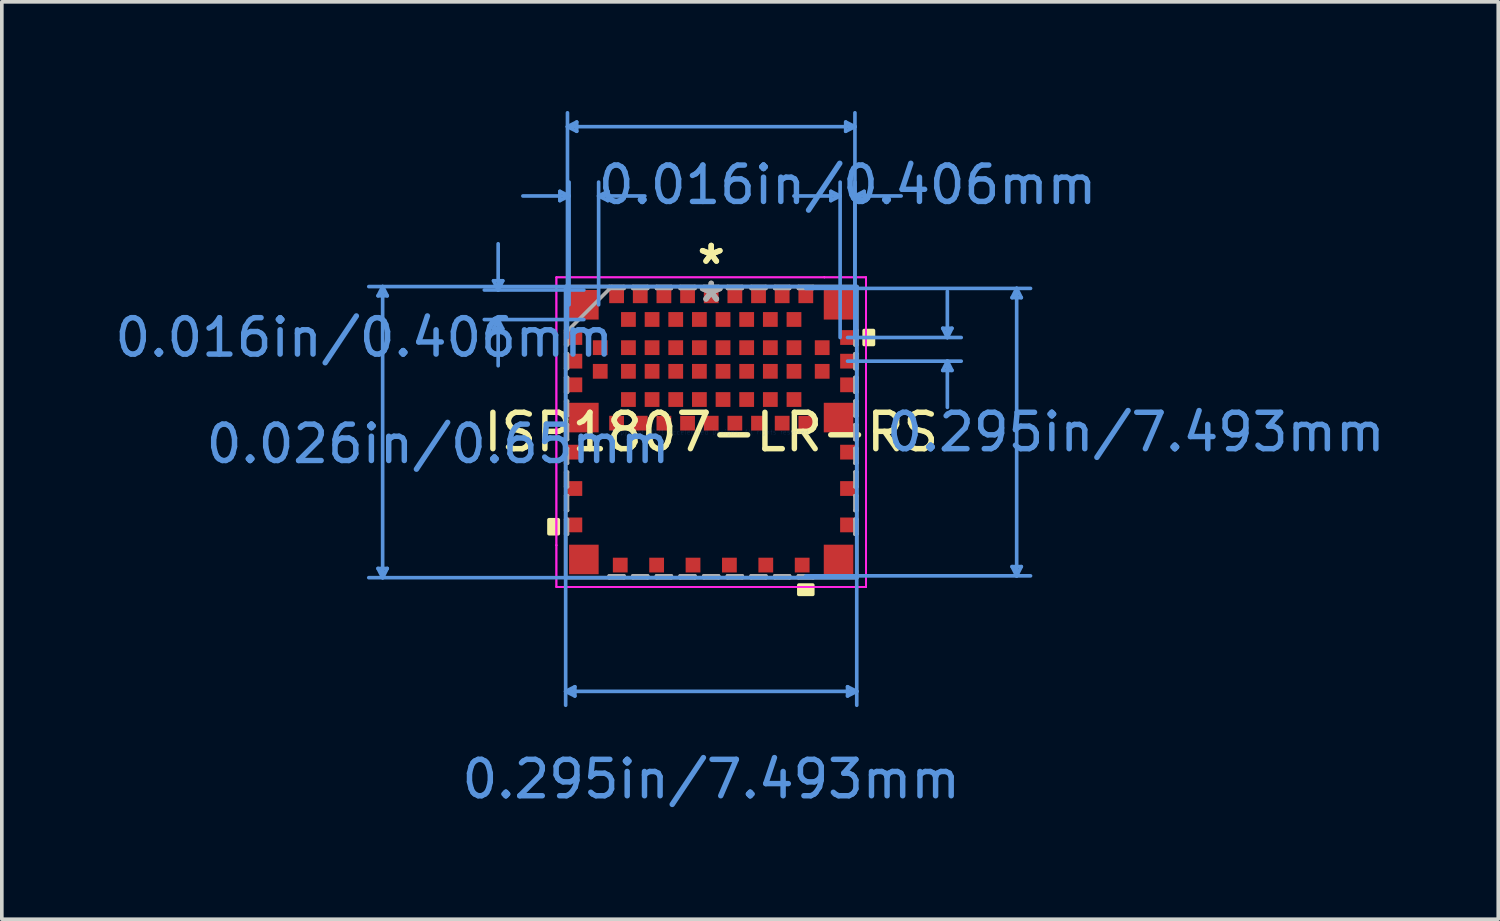
<source format=kicad_pcb>
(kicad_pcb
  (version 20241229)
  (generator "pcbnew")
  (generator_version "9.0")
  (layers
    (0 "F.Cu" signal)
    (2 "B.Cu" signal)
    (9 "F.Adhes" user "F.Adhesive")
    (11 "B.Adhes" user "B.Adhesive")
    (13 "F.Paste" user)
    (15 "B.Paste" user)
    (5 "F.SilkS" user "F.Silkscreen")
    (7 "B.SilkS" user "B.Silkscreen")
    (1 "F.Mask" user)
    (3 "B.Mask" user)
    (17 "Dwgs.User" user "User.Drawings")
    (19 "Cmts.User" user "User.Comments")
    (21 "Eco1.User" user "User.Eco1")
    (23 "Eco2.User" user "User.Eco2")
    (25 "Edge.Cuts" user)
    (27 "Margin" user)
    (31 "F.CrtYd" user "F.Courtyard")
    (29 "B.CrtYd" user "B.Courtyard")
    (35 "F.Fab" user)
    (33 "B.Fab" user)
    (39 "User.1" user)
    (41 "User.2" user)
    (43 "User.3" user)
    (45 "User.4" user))
  (footprint "ISP1807-LR-RS"
    (layer "F.Cu")
    (at 16.496 8.826)
    (property "Reference" "ISP1807-LR-RS" (at 0 0 0) (layer "F.SilkS") (effects (font (size 1 1) (thickness 0.15))))
    (attr through_hole)
    (fp_poly (pts (xy -4.458 2.409) (xy -4.458 2.791) (xy -4.204 2.791) (xy -4.204 2.409)) (stroke (width 0.1) (type solid)) (fill yes) (layer "F.SilkS"))
    (fp_poly (pts (xy 2.409 4.204) (xy 2.409 4.458) (xy 2.791 4.458) (xy 2.791 4.204)) (stroke (width 0.1) (type solid)) (fill yes) (layer "F.SilkS"))
    (fp_poly (pts (xy 4.458 -2.791) (xy 4.458 -2.409) (xy 4.204 -2.409) (xy 4.204 -2.791)) (stroke (width 0.1) (type solid)) (fill yes) (layer "F.SilkS"))
    (fp_line (start -9.157 -3.747) (end -8.903 -3.747) (stroke (width 0.1) (type solid)) (layer "Cmts.User"))
    (fp_line (start -9.157 3.747) (end -8.903 3.747) (stroke (width 0.1) (type solid)) (layer "Cmts.User"))
    (fp_line (start -9.03 -4) (end -9.157 -3.747) (stroke (width 0.1) (type solid)) (layer "Cmts.User"))
    (fp_line (start -9.03 -4) (end -9.03 4) (stroke (width 0.1) (type solid)) (layer "Cmts.User"))
    (fp_line (start -9.03 -4) (end -8.903 -3.747) (stroke (width 0.1) (type solid)) (layer "Cmts.User"))
    (fp_line (start -9.03 4) (end -9.157 3.747) (stroke (width 0.1) (type solid)) (layer "Cmts.User"))
    (fp_line (start -9.03 4) (end -8.903 3.747) (stroke (width 0.1) (type solid)) (layer "Cmts.User"))
    (fp_line (start -5.982 -4.16) (end -5.728 -4.16) (stroke (width 0.1) (type solid)) (layer "Cmts.User"))
    (fp_line (start -5.982 -2.84) (end -5.728 -2.84) (stroke (width 0.1) (type solid)) (layer "Cmts.User"))
    (fp_line (start -5.855 -3.906) (end -5.982 -4.16) (stroke (width 0.1) (type solid)) (layer "Cmts.User"))
    (fp_line (start -5.855 -3.906) (end -5.855 -5.176) (stroke (width 0.1) (type solid)) (layer "Cmts.User"))
    (fp_line (start -5.855 -3.906) (end -5.728 -4.16) (stroke (width 0.1) (type solid)) (layer "Cmts.User"))
    (fp_line (start -5.855 -3.094) (end -5.982 -2.84) (stroke (width 0.1) (type solid)) (layer "Cmts.User"))
    (fp_line (start -5.855 -3.094) (end -5.855 -1.824) (stroke (width 0.1) (type solid)) (layer "Cmts.User"))
    (fp_line (start -5.855 -3.094) (end -5.728 -2.84) (stroke (width 0.1) (type solid)) (layer "Cmts.User"))
    (fp_line (start -4.16 -6.617) (end -4.16 -6.363) (stroke (width 0.1) (type solid)) (layer "Cmts.User"))
    (fp_line (start -4 -4) (end -4 7.506) (stroke (width 0.1) (type solid)) (layer "Cmts.User"))
    (fp_line (start -4 7.125) (end -3.747 6.998) (stroke (width 0.1) (type solid)) (layer "Cmts.User"))
    (fp_line (start -4 7.125) (end -3.747 7.252) (stroke (width 0.1) (type solid)) (layer "Cmts.User"))
    (fp_line (start -4 7.125) (end 4 7.125) (stroke (width 0.1) (type solid)) (layer "Cmts.User"))
    (fp_line (start -3.95 -8.395) (end -3.696 -8.522) (stroke (width 0.1) (type solid)) (layer "Cmts.User"))
    (fp_line (start -3.95 -8.395) (end -3.696 -8.268) (stroke (width 0.1) (type solid)) (layer "Cmts.User"))
    (fp_line (start -3.95 -8.395) (end 3.95 -8.395) (stroke (width 0.1) (type solid)) (layer "Cmts.User"))
    (fp_line (start -3.95 -2.6) (end -3.95 -8.776) (stroke (width 0.1) (type solid)) (layer "Cmts.User"))
    (fp_line (start -3.906 -6.49) (end -5.176 -6.49) (stroke (width 0.1) (type solid)) (layer "Cmts.User"))
    (fp_line (start -3.906 -6.49) (end -4.16 -6.617) (stroke (width 0.1) (type solid)) (layer "Cmts.User"))
    (fp_line (start -3.906 -6.49) (end -4.16 -6.363) (stroke (width 0.1) (type solid)) (layer "Cmts.User"))
    (fp_line (start -3.906 -3.5) (end -3.906 -6.871) (stroke (width 0.1) (type solid)) (layer "Cmts.User"))
    (fp_line (start -3.747 6.998) (end -3.747 7.252) (stroke (width 0.1) (type solid)) (layer "Cmts.User"))
    (fp_line (start -3.696 -8.522) (end -3.696 -8.268) (stroke (width 0.1) (type solid)) (layer "Cmts.User"))
    (fp_line (start -3.5 -3.906) (end -6.236 -3.906) (stroke (width 0.1) (type solid)) (layer "Cmts.User"))
    (fp_line (start -3.5 -3.094) (end -6.236 -3.094) (stroke (width 0.1) (type solid)) (layer "Cmts.User"))
    (fp_line (start -3.094 -6.49) (end -2.84 -6.617) (stroke (width 0.1) (type solid)) (layer "Cmts.User"))
    (fp_line (start -3.094 -6.49) (end -2.84 -6.363) (stroke (width 0.1) (type solid)) (layer "Cmts.User"))
    (fp_line (start -3.094 -6.49) (end -1.824 -6.49) (stroke (width 0.1) (type solid)) (layer "Cmts.User"))
    (fp_line (start -3.094 -3.5) (end -3.094 -6.871) (stroke (width 0.1) (type solid)) (layer "Cmts.User"))
    (fp_line (start -2.84 -6.617) (end -2.84 -6.363) (stroke (width 0.1) (type solid)) (layer "Cmts.User"))
    (fp_line (start 2.6 -3.95) (end 8.776 -3.95) (stroke (width 0.1) (type solid)) (layer "Cmts.User"))
    (fp_line (start 2.6 3.95) (end 8.776 3.95) (stroke (width 0.1) (type solid)) (layer "Cmts.User"))
    (fp_line (start 3.289 -6.617) (end 3.289 -6.363) (stroke (width 0.1) (type solid)) (layer "Cmts.User"))
    (fp_line (start 3.543 -6.49) (end 2.273 -6.49) (stroke (width 0.1) (type solid)) (layer "Cmts.User"))
    (fp_line (start 3.543 -6.49) (end 3.289 -6.617) (stroke (width 0.1) (type solid)) (layer "Cmts.User"))
    (fp_line (start 3.543 -6.49) (end 3.289 -6.363) (stroke (width 0.1) (type solid)) (layer "Cmts.User"))
    (fp_line (start 3.543 -2.6) (end 3.543 -6.871) (stroke (width 0.1) (type solid)) (layer "Cmts.User"))
    (fp_line (start 3.696 -8.522) (end 3.696 -8.268) (stroke (width 0.1) (type solid)) (layer "Cmts.User"))
    (fp_line (start 3.747 -2.6) (end 6.871 -2.6) (stroke (width 0.1) (type solid)) (layer "Cmts.User"))
    (fp_line (start 3.747 -1.95) (end 6.871 -1.95) (stroke (width 0.1) (type solid)) (layer "Cmts.User"))
    (fp_line (start 3.747 6.998) (end 3.747 7.252) (stroke (width 0.1) (type solid)) (layer "Cmts.User"))
    (fp_line (start 3.95 -8.395) (end 3.696 -8.522) (stroke (width 0.1) (type solid)) (layer "Cmts.User"))
    (fp_line (start 3.95 -8.395) (end 3.696 -8.268) (stroke (width 0.1) (type solid)) (layer "Cmts.User"))
    (fp_line (start 3.95 -6.49) (end 4.204 -6.617) (stroke (width 0.1) (type solid)) (layer "Cmts.User"))
    (fp_line (start 3.95 -6.49) (end 4.204 -6.363) (stroke (width 0.1) (type solid)) (layer "Cmts.User"))
    (fp_line (start 3.95 -6.49) (end 5.22 -6.49) (stroke (width 0.1) (type solid)) (layer "Cmts.User"))
    (fp_line (start 3.95 -2.6) (end 3.95 -8.776) (stroke (width 0.1) (type solid)) (layer "Cmts.User"))
    (fp_line (start 3.95 -2.6) (end 3.95 -6.871) (stroke (width 0.1) (type solid)) (layer "Cmts.User"))
    (fp_line (start 4 -4) (end -9.411 -4) (stroke (width 0.1) (type solid)) (layer "Cmts.User"))
    (fp_line (start 4 -4) (end 4 7.506) (stroke (width 0.1) (type solid)) (layer "Cmts.User"))
    (fp_line (start 4 4) (end -9.411 4) (stroke (width 0.1) (type solid)) (layer "Cmts.User"))
    (fp_line (start 4 7.125) (end 3.747 6.998) (stroke (width 0.1) (type solid)) (layer "Cmts.User"))
    (fp_line (start 4 7.125) (end 3.747 7.252) (stroke (width 0.1) (type solid)) (layer "Cmts.User"))
    (fp_line (start 4.204 -6.617) (end 4.204 -6.363) (stroke (width 0.1) (type solid)) (layer "Cmts.User"))
    (fp_line (start 6.363 -2.854) (end 6.617 -2.854) (stroke (width 0.1) (type solid)) (layer "Cmts.User"))
    (fp_line (start 6.363 -1.696) (end 6.617 -1.696) (stroke (width 0.1) (type solid)) (layer "Cmts.User"))
    (fp_line (start 6.49 -2.6) (end 6.363 -2.854) (stroke (width 0.1) (type solid)) (layer "Cmts.User"))
    (fp_line (start 6.49 -2.6) (end 6.49 -3.87) (stroke (width 0.1) (type solid)) (layer "Cmts.User"))
    (fp_line (start 6.49 -2.6) (end 6.617 -2.854) (stroke (width 0.1) (type solid)) (layer "Cmts.User"))
    (fp_line (start 6.49 -1.95) (end 6.363 -1.696) (stroke (width 0.1) (type solid)) (layer "Cmts.User"))
    (fp_line (start 6.49 -1.95) (end 6.49 -0.68) (stroke (width 0.1) (type solid)) (layer "Cmts.User"))
    (fp_line (start 6.49 -1.95) (end 6.617 -1.696) (stroke (width 0.1) (type solid)) (layer "Cmts.User"))
    (fp_line (start 8.268 -3.696) (end 8.522 -3.696) (stroke (width 0.1) (type solid)) (layer "Cmts.User"))
    (fp_line (start 8.268 3.696) (end 8.522 3.696) (stroke (width 0.1) (type solid)) (layer "Cmts.User"))
    (fp_line (start 8.395 -3.95) (end 8.268 -3.696) (stroke (width 0.1) (type solid)) (layer "Cmts.User"))
    (fp_line (start 8.395 -3.95) (end 8.395 3.95) (stroke (width 0.1) (type solid)) (layer "Cmts.User"))
    (fp_line (start 8.395 -3.95) (end 8.522 -3.696) (stroke (width 0.1) (type solid)) (layer "Cmts.User"))
    (fp_line (start 8.395 3.95) (end 8.268 3.696) (stroke (width 0.1) (type solid)) (layer "Cmts.User"))
    (fp_line (start 8.395 3.95) (end 8.522 3.696) (stroke (width 0.1) (type solid)) (layer "Cmts.User"))
    (fp_line (start -4.255 -4.255) (end -3.108 -4.255) (stroke (width 0.05) (type solid)) (layer "F.CrtYd"))
    (fp_line (start -4.255 -4.255) (end -3.108 -4.255) (stroke (width 0.05) (type solid)) (layer "F.CrtYd"))
    (fp_line (start -4.255 -3.108) (end -4.255 -4.255) (stroke (width 0.05) (type solid)) (layer "F.CrtYd"))
    (fp_line (start -4.255 -3.108) (end -4.255 -4.255) (stroke (width 0.05) (type solid)) (layer "F.CrtYd"))
    (fp_line (start -4.255 -3.108) (end -4.255 -3.108) (stroke (width 0.05) (type solid)) (layer "F.CrtYd"))
    (fp_line (start -4.255 -3.108) (end -4.255 -3.108) (stroke (width 0.05) (type solid)) (layer "F.CrtYd"))
    (fp_line (start -4.255 3.108) (end -4.255 -3.108) (stroke (width 0.05) (type solid)) (layer "F.CrtYd"))
    (fp_line (start -4.255 3.108) (end -4.255 -3.108) (stroke (width 0.05) (type solid)) (layer "F.CrtYd"))
    (fp_line (start -4.255 3.108) (end -4.255 3.108) (stroke (width 0.05) (type solid)) (layer "F.CrtYd"))
    (fp_line (start -4.255 3.108) (end -4.255 3.108) (stroke (width 0.05) (type solid)) (layer "F.CrtYd"))
    (fp_line (start -4.255 4.255) (end -4.255 3.108) (stroke (width 0.05) (type solid)) (layer "F.CrtYd"))
    (fp_line (start -4.255 4.255) (end -4.255 3.108) (stroke (width 0.05) (type solid)) (layer "F.CrtYd"))
    (fp_line (start -3.108 -4.255) (end -3.108 -4.255) (stroke (width 0.05) (type solid)) (layer "F.CrtYd"))
    (fp_line (start -3.108 -4.255) (end -3.108 -4.255) (stroke (width 0.05) (type solid)) (layer "F.CrtYd"))
    (fp_line (start -3.108 -4.255) (end 3.108 -4.255) (stroke (width 0.05) (type solid)) (layer "F.CrtYd"))
    (fp_line (start -3.108 -4.255) (end 3.108 -4.255) (stroke (width 0.05) (type solid)) (layer "F.CrtYd"))
    (fp_line (start -3.108 4.255) (end -4.255 4.255) (stroke (width 0.05) (type solid)) (layer "F.CrtYd"))
    (fp_line (start -3.108 4.255) (end -4.255 4.255) (stroke (width 0.05) (type solid)) (layer "F.CrtYd"))
    (fp_line (start -3.108 4.255) (end -3.108 4.255) (stroke (width 0.05) (type solid)) (layer "F.CrtYd"))
    (fp_line (start -3.108 4.255) (end -3.108 4.255) (stroke (width 0.05) (type solid)) (layer "F.CrtYd"))
    (fp_line (start 3.108 -4.255) (end 3.108 -4.255) (stroke (width 0.05) (type solid)) (layer "F.CrtYd"))
    (fp_line (start 3.108 -4.255) (end 3.108 -4.255) (stroke (width 0.05) (type solid)) (layer "F.CrtYd"))
    (fp_line (start 3.108 -4.255) (end 4.255 -4.255) (stroke (width 0.05) (type solid)) (layer "F.CrtYd"))
    (fp_line (start 3.108 -4.255) (end 4.255 -4.255) (stroke (width 0.05) (type solid)) (layer "F.CrtYd"))
    (fp_line (start 3.108 4.255) (end -3.108 4.255) (stroke (width 0.05) (type solid)) (layer "F.CrtYd"))
    (fp_line (start 3.108 4.255) (end -3.108 4.255) (stroke (width 0.05) (type solid)) (layer "F.CrtYd"))
    (fp_line (start 3.108 4.255) (end 3.108 4.255) (stroke (width 0.05) (type solid)) (layer "F.CrtYd"))
    (fp_line (start 3.108 4.255) (end 3.108 4.255) (stroke (width 0.05) (type solid)) (layer "F.CrtYd"))
    (fp_line (start 4.255 -4.255) (end 4.255 -3.108) (stroke (width 0.05) (type solid)) (layer "F.CrtYd"))
    (fp_line (start 4.255 -4.255) (end 4.255 -3.108) (stroke (width 0.05) (type solid)) (layer "F.CrtYd"))
    (fp_line (start 4.255 -3.108) (end 4.255 -3.108) (stroke (width 0.05) (type solid)) (layer "F.CrtYd"))
    (fp_line (start 4.255 -3.108) (end 4.255 -3.108) (stroke (width 0.05) (type solid)) (layer "F.CrtYd"))
    (fp_line (start 4.255 -3.108) (end 4.255 3.108) (stroke (width 0.05) (type solid)) (layer "F.CrtYd"))
    (fp_line (start 4.255 -3.108) (end 4.255 3.108) (stroke (width 0.05) (type solid)) (layer "F.CrtYd"))
    (fp_line (start 4.255 3.108) (end 4.255 3.108) (stroke (width 0.05) (type solid)) (layer "F.CrtYd"))
    (fp_line (start 4.255 3.108) (end 4.255 3.108) (stroke (width 0.05) (type solid)) (layer "F.CrtYd"))
    (fp_line (start 4.255 3.108) (end 4.255 4.255) (stroke (width 0.05) (type solid)) (layer "F.CrtYd"))
    (fp_line (start 4.255 3.108) (end 4.255 4.255) (stroke (width 0.05) (type solid)) (layer "F.CrtYd"))
    (fp_line (start 4.255 4.255) (end 3.108 4.255) (stroke (width 0.05) (type solid)) (layer "F.CrtYd"))
    (fp_line (start 4.255 4.255) (end 3.108 4.255) (stroke (width 0.05) (type solid)) (layer "F.CrtYd"))
    (fp_line (start -4 -4) (end -4 4) (stroke (width 0.1) (type solid)) (layer "F.Fab"))
    (fp_line (start -4 -2.803) (end -3.95 -2.803) (stroke (width 0.1) (type solid)) (layer "F.Fab"))
    (fp_line (start -4 -2.731) (end -2.731 -4) (stroke (width 0.1) (type solid)) (layer "F.Fab"))
    (fp_line (start -4 -2.397) (end -4 -2.803) (stroke (width 0.1) (type solid)) (layer "F.Fab"))
    (fp_line (start -4 -2.153) (end -3.95 -2.153) (stroke (width 0.1) (type solid)) (layer "F.Fab"))
    (fp_line (start -4 -1.747) (end -4 -2.153) (stroke (width 0.1) (type solid)) (layer "F.Fab"))
    (fp_line (start -4 -1.503) (end -3.95 -1.503) (stroke (width 0.1) (type solid)) (layer "F.Fab"))
    (fp_line (start -4 -1.097) (end -4 -1.503) (stroke (width 0.1) (type solid)) (layer "F.Fab"))
    (fp_line (start -4 -0.853) (end -3.95 -0.853) (stroke (width 0.1) (type solid)) (layer "F.Fab"))
    (fp_line (start -4 -0.447) (end -4 -0.853) (stroke (width 0.1) (type solid)) (layer "F.Fab"))
    (fp_line (start -4 -0.203) (end -3.95 -0.203) (stroke (width 0.1) (type solid)) (layer "F.Fab"))
    (fp_line (start -4 0.203) (end -4 -0.203) (stroke (width 0.1) (type solid)) (layer "F.Fab"))
    (fp_line (start -4 0.447) (end -3.95 0.447) (stroke (width 0.1) (type solid)) (layer "F.Fab"))
    (fp_line (start -4 0.853) (end -4 0.447) (stroke (width 0.1) (type solid)) (layer "F.Fab"))
    (fp_line (start -4 1.097) (end -3.95 1.097) (stroke (width 0.1) (type solid)) (layer "F.Fab"))
    (fp_line (start -4 1.503) (end -4 1.097) (stroke (width 0.1) (type solid)) (layer "F.Fab"))
    (fp_line (start -4 1.747) (end -3.95 1.747) (stroke (width 0.1) (type solid)) (layer "F.Fab"))
    (fp_line (start -4 2.153) (end -4 1.747) (stroke (width 0.1) (type solid)) (layer "F.Fab"))
    (fp_line (start -4 2.397) (end -3.95 2.397) (stroke (width 0.1) (type solid)) (layer "F.Fab"))
    (fp_line (start -4 2.803) (end -4 2.397) (stroke (width 0.1) (type solid)) (layer "F.Fab"))
    (fp_line (start -4 4) (end 4 4) (stroke (width 0.1) (type solid)) (layer "F.Fab"))
    (fp_line (start -3.95 -2.803) (end -3.95 -2.397) (stroke (width 0.1) (type solid)) (layer "F.Fab"))
    (fp_line (start -3.95 -2.397) (end -4 -2.397) (stroke (width 0.1) (type solid)) (layer "F.Fab"))
    (fp_line (start -3.95 -2.153) (end -3.95 -1.747) (stroke (width 0.1) (type solid)) (layer "F.Fab"))
    (fp_line (start -3.95 -1.747) (end -4 -1.747) (stroke (width 0.1) (type solid)) (layer "F.Fab"))
    (fp_line (start -3.95 -1.503) (end -3.95 -1.097) (stroke (width 0.1) (type solid)) (layer "F.Fab"))
    (fp_line (start -3.95 -1.097) (end -4 -1.097) (stroke (width 0.1) (type solid)) (layer "F.Fab"))
    (fp_line (start -3.95 -0.853) (end -3.95 -0.447) (stroke (width 0.1) (type solid)) (layer "F.Fab"))
    (fp_line (start -3.95 -0.447) (end -4 -0.447) (stroke (width 0.1) (type solid)) (layer "F.Fab"))
    (fp_line (start -3.95 -0.203) (end -3.95 0.203) (stroke (width 0.1) (type solid)) (layer "F.Fab"))
    (fp_line (start -3.95 0.203) (end -4 0.203) (stroke (width 0.1) (type solid)) (layer "F.Fab"))
    (fp_line (start -3.95 0.447) (end -3.95 0.853) (stroke (width 0.1) (type solid)) (layer "F.Fab"))
    (fp_line (start -3.95 0.853) (end -4 0.853) (stroke (width 0.1) (type solid)) (layer "F.Fab"))
    (fp_line (start -3.95 1.097) (end -3.95 1.503) (stroke (width 0.1) (type solid)) (layer "F.Fab"))
    (fp_line (start -3.95 1.503) (end -4 1.503) (stroke (width 0.1) (type solid)) (layer "F.Fab"))
    (fp_line (start -3.95 1.747) (end -3.95 2.153) (stroke (width 0.1) (type solid)) (layer "F.Fab"))
    (fp_line (start -3.95 2.153) (end -4 2.153) (stroke (width 0.1) (type solid)) (layer "F.Fab"))
    (fp_line (start -3.95 2.397) (end -3.95 2.803) (stroke (width 0.1) (type solid)) (layer "F.Fab"))
    (fp_line (start -3.95 2.803) (end -4 2.803) (stroke (width 0.1) (type solid)) (layer "F.Fab"))
    (fp_line (start -2.803 -4) (end -2.397 -4) (stroke (width 0.1) (type solid)) (layer "F.Fab"))
    (fp_line (start -2.803 -3.95) (end -2.803 -4) (stroke (width 0.1) (type solid)) (layer "F.Fab"))
    (fp_line (start -2.803 3.95) (end -2.397 3.95) (stroke (width 0.1) (type solid)) (layer "F.Fab"))
    (fp_line (start -2.803 4) (end -2.803 3.95) (stroke (width 0.1) (type solid)) (layer "F.Fab"))
    (fp_line (start -2.397 -4) (end -2.397 -3.95) (stroke (width 0.1) (type solid)) (layer "F.Fab"))
    (fp_line (start -2.397 -3.95) (end -2.803 -3.95) (stroke (width 0.1) (type solid)) (layer "F.Fab"))
    (fp_line (start -2.397 3.95) (end -2.397 4) (stroke (width 0.1) (type solid)) (layer "F.Fab"))
    (fp_line (start -2.397 4) (end -2.803 4) (stroke (width 0.1) (type solid)) (layer "F.Fab"))
    (fp_line (start -2.153 -4) (end -1.747 -4) (stroke (width 0.1) (type solid)) (layer "F.Fab"))
    (fp_line (start -2.153 -3.95) (end -2.153 -4) (stroke (width 0.1) (type solid)) (layer "F.Fab"))
    (fp_line (start -2.153 3.95) (end -1.747 3.95) (stroke (width 0.1) (type solid)) (layer "F.Fab"))
    (fp_line (start -2.153 4) (end -2.153 3.95) (stroke (width 0.1) (type solid)) (layer "F.Fab"))
    (fp_line (start -1.747 -4) (end -1.747 -3.95) (stroke (width 0.1) (type solid)) (layer "F.Fab"))
    (fp_line (start -1.747 -3.95) (end -2.153 -3.95) (stroke (width 0.1) (type solid)) (layer "F.Fab"))
    (fp_line (start -1.747 3.95) (end -1.747 4) (stroke (width 0.1) (type solid)) (layer "F.Fab"))
    (fp_line (start -1.747 4) (end -2.153 4) (stroke (width 0.1) (type solid)) (layer "F.Fab"))
    (fp_line (start -1.503 -4) (end -1.097 -4) (stroke (width 0.1) (type solid)) (layer "F.Fab"))
    (fp_line (start -1.503 -3.95) (end -1.503 -4) (stroke (width 0.1) (type solid)) (layer "F.Fab"))
    (fp_line (start -1.503 3.95) (end -1.097 3.95) (stroke (width 0.1) (type solid)) (layer "F.Fab"))
    (fp_line (start -1.503 4) (end -1.503 3.95) (stroke (width 0.1) (type solid)) (layer "F.Fab"))
    (fp_line (start -1.097 -4) (end -1.097 -3.95) (stroke (width 0.1) (type solid)) (layer "F.Fab"))
    (fp_line (start -1.097 -3.95) (end -1.503 -3.95) (stroke (width 0.1) (type solid)) (layer "F.Fab"))
    (fp_line (start -1.097 3.95) (end -1.097 4) (stroke (width 0.1) (type solid)) (layer "F.Fab"))
    (fp_line (start -1.097 4) (end -1.503 4) (stroke (width 0.1) (type solid)) (layer "F.Fab"))
    (fp_line (start -0.853 -4) (end -0.447 -4) (stroke (width 0.1) (type solid)) (layer "F.Fab"))
    (fp_line (start -0.853 -3.95) (end -0.853 -4) (stroke (width 0.1) (type solid)) (layer "F.Fab"))
    (fp_line (start -0.853 3.95) (end -0.447 3.95) (stroke (width 0.1) (type solid)) (layer "F.Fab"))
    (fp_line (start -0.853 4) (end -0.853 3.95) (stroke (width 0.1) (type solid)) (layer "F.Fab"))
    (fp_line (start -0.447 -4) (end -0.447 -3.95) (stroke (width 0.1) (type solid)) (layer "F.Fab"))
    (fp_line (start -0.447 -3.95) (end -0.853 -3.95) (stroke (width 0.1) (type solid)) (layer "F.Fab"))
    (fp_line (start -0.447 3.95) (end -0.447 4) (stroke (width 0.1) (type solid)) (layer "F.Fab"))
    (fp_line (start -0.447 4) (end -0.853 4) (stroke (width 0.1) (type solid)) (layer "F.Fab"))
    (fp_line (start -0.203 -4) (end 0.203 -4) (stroke (width 0.1) (type solid)) (layer "F.Fab"))
    (fp_line (start -0.203 -3.95) (end -0.203 -4) (stroke (width 0.1) (type solid)) (layer "F.Fab"))
    (fp_line (start -0.203 3.95) (end 0.203 3.95) (stroke (width 0.1) (type solid)) (layer "F.Fab"))
    (fp_line (start -0.203 4) (end -0.203 3.95) (stroke (width 0.1) (type solid)) (layer "F.Fab"))
    (fp_line (start 0.203 -4) (end 0.203 -3.95) (stroke (width 0.1) (type solid)) (layer "F.Fab"))
    (fp_line (start 0.203 -3.95) (end -0.203 -3.95) (stroke (width 0.1) (type solid)) (layer "F.Fab"))
    (fp_line (start 0.203 3.95) (end 0.203 4) (stroke (width 0.1) (type solid)) (layer "F.Fab"))
    (fp_line (start 0.203 4) (end -0.203 4) (stroke (width 0.1) (type solid)) (layer "F.Fab"))
    (fp_line (start 0.447 -4) (end 0.853 -4) (stroke (width 0.1) (type solid)) (layer "F.Fab"))
    (fp_line (start 0.447 -3.95) (end 0.447 -4) (stroke (width 0.1) (type solid)) (layer "F.Fab"))
    (fp_line (start 0.447 3.95) (end 0.853 3.95) (stroke (width 0.1) (type solid)) (layer "F.Fab"))
    (fp_line (start 0.447 4) (end 0.447 3.95) (stroke (width 0.1) (type solid)) (layer "F.Fab"))
    (fp_line (start 0.853 -4) (end 0.853 -3.95) (stroke (width 0.1) (type solid)) (layer "F.Fab"))
    (fp_line (start 0.853 -3.95) (end 0.447 -3.95) (stroke (width 0.1) (type solid)) (layer "F.Fab"))
    (fp_line (start 0.853 3.95) (end 0.853 4) (stroke (width 0.1) (type solid)) (layer "F.Fab"))
    (fp_line (start 0.853 4) (end 0.447 4) (stroke (width 0.1) (type solid)) (layer "F.Fab"))
    (fp_line (start 1.097 -4) (end 1.503 -4) (stroke (width 0.1) (type solid)) (layer "F.Fab"))
    (fp_line (start 1.097 -3.95) (end 1.097 -4) (stroke (width 0.1) (type solid)) (layer "F.Fab"))
    (fp_line (start 1.097 3.95) (end 1.503 3.95) (stroke (width 0.1) (type solid)) (layer "F.Fab"))
    (fp_line (start 1.097 4) (end 1.097 3.95) (stroke (width 0.1) (type solid)) (layer "F.Fab"))
    (fp_line (start 1.503 -4) (end 1.503 -3.95) (stroke (width 0.1) (type solid)) (layer "F.Fab"))
    (fp_line (start 1.503 -3.95) (end 1.097 -3.95) (stroke (width 0.1) (type solid)) (layer "F.Fab"))
    (fp_line (start 1.503 3.95) (end 1.503 4) (stroke (width 0.1) (type solid)) (layer "F.Fab"))
    (fp_line (start 1.503 4) (end 1.097 4) (stroke (width 0.1) (type solid)) (layer "F.Fab"))
    (fp_line (start 1.747 -4) (end 2.153 -4) (stroke (width 0.1) (type solid)) (layer "F.Fab"))
    (fp_line (start 1.747 -3.95) (end 1.747 -4) (stroke (width 0.1) (type solid)) (layer "F.Fab"))
    (fp_line (start 1.747 3.95) (end 2.153 3.95) (stroke (width 0.1) (type solid)) (layer "F.Fab"))
    (fp_line (start 1.747 4) (end 1.747 3.95) (stroke (width 0.1) (type solid)) (layer "F.Fab"))
    (fp_line (start 2.153 -4) (end 2.153 -3.95) (stroke (width 0.1) (type solid)) (layer "F.Fab"))
    (fp_line (start 2.153 -3.95) (end 1.747 -3.95) (stroke (width 0.1) (type solid)) (layer "F.Fab"))
    (fp_line (start 2.153 3.95) (end 2.153 4) (stroke (width 0.1) (type solid)) (layer "F.Fab"))
    (fp_line (start 2.153 4) (end 1.747 4) (stroke (width 0.1) (type solid)) (layer "F.Fab"))
    (fp_line (start 2.397 -4) (end 2.803 -4) (stroke (width 0.1) (type solid)) (layer "F.Fab"))
    (fp_line (start 2.397 -3.95) (end 2.397 -4) (stroke (width 0.1) (type solid)) (layer "F.Fab"))
    (fp_line (start 2.397 3.95) (end 2.803 3.95) (stroke (width 0.1) (type solid)) (layer "F.Fab"))
    (fp_line (start 2.397 4) (end 2.397 3.95) (stroke (width 0.1) (type solid)) (layer "F.Fab"))
    (fp_line (start 2.803 -4) (end 2.803 -3.95) (stroke (width 0.1) (type solid)) (layer "F.Fab"))
    (fp_line (start 2.803 -3.95) (end 2.397 -3.95) (stroke (width 0.1) (type solid)) (layer "F.Fab"))
    (fp_line (start 2.803 3.95) (end 2.803 4) (stroke (width 0.1) (type solid)) (layer "F.Fab"))
    (fp_line (start 2.803 4) (end 2.397 4) (stroke (width 0.1) (type solid)) (layer "F.Fab"))
    (fp_line (start 3.95 -2.803) (end 4 -2.803) (stroke (width 0.1) (type solid)) (layer "F.Fab"))
    (fp_line (start 3.95 -2.397) (end 3.95 -2.803) (stroke (width 0.1) (type solid)) (layer "F.Fab"))
    (fp_line (start 3.95 -2.153) (end 4 -2.153) (stroke (width 0.1) (type solid)) (layer "F.Fab"))
    (fp_line (start 3.95 -1.747) (end 3.95 -2.153) (stroke (width 0.1) (type solid)) (layer "F.Fab"))
    (fp_line (start 3.95 -1.503) (end 4 -1.503) (stroke (width 0.1) (type solid)) (layer "F.Fab"))
    (fp_line (start 3.95 -1.097) (end 3.95 -1.503) (stroke (width 0.1) (type solid)) (layer "F.Fab"))
    (fp_line (start 3.95 -0.853) (end 4 -0.853) (stroke (width 0.1) (type solid)) (layer "F.Fab"))
    (fp_line (start 3.95 -0.447) (end 3.95 -0.853) (stroke (width 0.1) (type solid)) (layer "F.Fab"))
    (fp_line (start 3.95 -0.203) (end 4 -0.203) (stroke (width 0.1) (type solid)) (layer "F.Fab"))
    (fp_line (start 3.95 0.203) (end 3.95 -0.203) (stroke (width 0.1) (type solid)) (layer "F.Fab"))
    (fp_line (start 3.95 0.447) (end 4 0.447) (stroke (width 0.1) (type solid)) (layer "F.Fab"))
    (fp_line (start 3.95 0.853) (end 3.95 0.447) (stroke (width 0.1) (type solid)) (layer "F.Fab"))
    (fp_line (start 3.95 1.097) (end 4 1.097) (stroke (width 0.1) (type solid)) (layer "F.Fab"))
    (fp_line (start 3.95 1.503) (end 3.95 1.097) (stroke (width 0.1) (type solid)) (layer "F.Fab"))
    (fp_line (start 3.95 1.747) (end 4 1.747) (stroke (width 0.1) (type solid)) (layer "F.Fab"))
    (fp_line (start 3.95 2.153) (end 3.95 1.747) (stroke (width 0.1) (type solid)) (layer "F.Fab"))
    (fp_line (start 3.95 2.397) (end 4 2.397) (stroke (width 0.1) (type solid)) (layer "F.Fab"))
    (fp_line (start 3.95 2.803) (end 3.95 2.397) (stroke (width 0.1) (type solid)) (layer "F.Fab"))
    (fp_line (start 4 -4) (end -4 -4) (stroke (width 0.1) (type solid)) (layer "F.Fab"))
    (fp_line (start 4 -2.803) (end 4 -2.397) (stroke (width 0.1) (type solid)) (layer "F.Fab"))
    (fp_line (start 4 -2.397) (end 3.95 -2.397) (stroke (width 0.1) (type solid)) (layer "F.Fab"))
    (fp_line (start 4 -2.153) (end 4 -1.747) (stroke (width 0.1) (type solid)) (layer "F.Fab"))
    (fp_line (start 4 -1.747) (end 3.95 -1.747) (stroke (width 0.1) (type solid)) (layer "F.Fab"))
    (fp_line (start 4 -1.503) (end 4 -1.097) (stroke (width 0.1) (type solid)) (layer "F.Fab"))
    (fp_line (start 4 -1.097) (end 3.95 -1.097) (stroke (width 0.1) (type solid)) (layer "F.Fab"))
    (fp_line (start 4 -0.853) (end 4 -0.447) (stroke (width 0.1) (type solid)) (layer "F.Fab"))
    (fp_line (start 4 -0.447) (end 3.95 -0.447) (stroke (width 0.1) (type solid)) (layer "F.Fab"))
    (fp_line (start 4 -0.203) (end 4 0.203) (stroke (width 0.1) (type solid)) (layer "F.Fab"))
    (fp_line (start 4 0.203) (end 3.95 0.203) (stroke (width 0.1) (type solid)) (layer "F.Fab"))
    (fp_line (start 4 0.447) (end 4 0.853) (stroke (width 0.1) (type solid)) (layer "F.Fab"))
    (fp_line (start 4 0.853) (end 3.95 0.853) (stroke (width 0.1) (type solid)) (layer "F.Fab"))
    (fp_line (start 4 1.097) (end 4 1.503) (stroke (width 0.1) (type solid)) (layer "F.Fab"))
    (fp_line (start 4 1.503) (end 3.95 1.503) (stroke (width 0.1) (type solid)) (layer "F.Fab"))
    (fp_line (start 4 1.747) (end 4 2.153) (stroke (width 0.1) (type solid)) (layer "F.Fab"))
    (fp_line (start 4 2.153) (end 3.95 2.153) (stroke (width 0.1) (type solid)) (layer "F.Fab"))
    (fp_line (start 4 2.397) (end 4 2.803) (stroke (width 0.1) (type solid)) (layer "F.Fab"))
    (fp_line (start 4 2.803) (end 3.95 2.803) (stroke (width 0.1) (type solid)) (layer "F.Fab"))
    (fp_line (start 4 4) (end 4 -4) (stroke (width 0.1) (type solid)) (layer "F.Fab"))
    (fp_text user "*" (at 0 -4.585 0) (layer "F.SilkS") (effects (font (size 1 1) (thickness 0.15))))
    (fp_text user "*" (at 0 -4.585 0) (layer "F.SilkS") (effects (font (size 1 1) (thickness 0.15))))
    (fp_text user "0.295in/7.493mm" (at 11.671 0 0) (layer "Cmts.User") (effects (font (size 1 1) (thickness 0.15))))
    (fp_text user "0.016in/0.406mm" (at 3.747 -6.795 0) (layer "Cmts.User") (effects (font (size 1 1) (thickness 0.15))))
    (fp_text user "Copyright 2021 Accelerated Designs. All rights reserved." (at 0 0 0) (layer "Cmts.User") (effects (font (size 0.127 0.127) (thickness 0.002))))
    (fp_text user "0.016in/0.406mm" (at -9.538 -2.6 0) (layer "Cmts.User") (effects (font (size 1 1) (thickness 0.15))))
    (fp_text user "0.295in/7.493mm" (at 0 9.538 0) (layer "Cmts.User") (effects (font (size 1 1) (thickness 0.15))))
    (fp_text user "0.026in/0.65mm" (at -7.506 0.325 0) (layer "Cmts.User") (effects (font (size 1 1) (thickness 0.15))))
    (fp_text user "*" (at 0 -3.543 0) (layer "F.Fab") (effects (font (size 1 1) (thickness 0.15))))
    (fp_text user "*" (at 0 -3.543 0) (layer "F.Fab") (effects (font (size 1 1) (thickness 0.15))))
    (pad "1" smd rect (at -3.5 -3.5) (size 0.813 0.813) (layers "F.Cu" "F.Mask" "F.Paste"))
    (pad "2" smd rect (at -3.747 -2.6 90) (size 0.406 0.406) (layers "F.Cu" "F.Mask" "F.Paste"))
    (pad "3" smd rect (at -3.05 -2.321) (size 0.406 0.406) (layers "F.Cu" "F.Mask" "F.Paste"))
    (pad "4" smd rect (at -3.747 -1.95 90) (size 0.406 0.406) (layers "F.Cu" "F.Mask" "F.Paste"))
    (pad "5" smd rect (at -3.05 -1.671) (size 0.406 0.406) (layers "F.Cu" "F.Mask" "F.Paste"))
    (pad "6" smd rect (at -3.747 -1.3 90) (size 0.406 0.406) (layers "F.Cu" "F.Mask" "F.Paste"))
    (pad "7" smd rect (at -3.5 -0.4) (size 0.813 0.813) (layers "F.Cu" "F.Mask" "F.Paste"))
    (pad "8" smd rect (at -2.6 -0.246) (size 0.406 0.406) (layers "F.Cu" "F.Mask" "F.Paste"))
    (pad "9" smd rect (at -2.275 -0.896) (size 0.406 0.406) (layers "F.Cu" "F.Mask" "F.Paste"))
    (pad "10" smd rect (at -1.95 -0.246) (size 0.406 0.406) (layers "F.Cu" "F.Mask" "F.Paste"))
    (pad "11" smd rect (at -1.625 -0.896) (size 0.406 0.406) (layers "F.Cu" "F.Mask" "F.Paste"))
    (pad "12" smd rect (at -1.3 -0.246) (size 0.406 0.406) (layers "F.Cu" "F.Mask" "F.Paste"))
    (pad "13" smd rect (at -0.975 -0.896) (size 0.406 0.406) (layers "F.Cu" "F.Mask" "F.Paste"))
    (pad "14" smd rect (at -0.65 -0.246) (size 0.406 0.406) (layers "F.Cu" "F.Mask" "F.Paste"))
    (pad "15" smd rect (at -0.325 -0.896) (size 0.406 0.406) (layers "F.Cu" "F.Mask" "F.Paste"))
    (pad "16" smd rect (at 0 -0.246) (size 0.406 0.406) (layers "F.Cu" "F.Mask" "F.Paste"))
    (pad "17" smd rect (at 0.325 -0.896) (size 0.406 0.406) (layers "F.Cu" "F.Mask" "F.Paste"))
    (pad "18" smd rect (at 0.65 -0.246) (size 0.406 0.406) (layers "F.Cu" "F.Mask" "F.Paste"))
    (pad "19" smd rect (at 0.975 -0.896) (size 0.406 0.406) (layers "F.Cu" "F.Mask" "F.Paste"))
    (pad "20" smd rect (at 1.3 -0.246) (size 0.406 0.406) (layers "F.Cu" "F.Mask" "F.Paste"))
    (pad "21" smd rect (at 1.625 -0.896) (size 0.406 0.406) (layers "F.Cu" "F.Mask" "F.Paste"))
    (pad "22" smd rect (at 1.95 -0.246) (size 0.406 0.406) (layers "F.Cu" "F.Mask" "F.Paste"))
    (pad "23" smd rect (at 2.275 -0.896) (size 0.406 0.406) (layers "F.Cu" "F.Mask" "F.Paste"))
    (pad "24" smd rect (at 2.6 -0.246) (size 0.406 0.406) (layers "F.Cu" "F.Mask" "F.Paste"))
    (pad "25" smd rect (at 3.5 -0.4) (size 0.813 0.813) (layers "F.Cu" "F.Mask" "F.Paste"))
    (pad "26" smd rect (at 3.747 -1.3 90) (size 0.406 0.406) (layers "F.Cu" "F.Mask" "F.Paste"))
    (pad "27" smd rect (at 3.05 -1.671) (size 0.406 0.406) (layers "F.Cu" "F.Mask" "F.Paste"))
    (pad "28" smd rect (at 3.747 -1.95 90) (size 0.406 0.406) (layers "F.Cu" "F.Mask" "F.Paste"))
    (pad "29" smd rect (at 3.05 -2.321) (size 0.406 0.406) (layers "F.Cu" "F.Mask" "F.Paste"))
    (pad "30" smd rect (at 3.747 -2.6 90) (size 0.406 0.406) (layers "F.Cu" "F.Mask" "F.Paste"))
    (pad "31" smd rect (at 3.5 -3.5) (size 0.813 0.813) (layers "F.Cu" "F.Mask" "F.Paste"))
    (pad "32" smd rect (at 2.6 -3.747) (size 0.406 0.406) (layers "F.Cu" "F.Mask" "F.Paste"))
    (pad "33" smd rect (at 2.275 -3.096) (size 0.406 0.406) (layers "F.Cu" "F.Mask" "F.Paste"))
    (pad "34" smd rect (at 1.95 -3.747) (size 0.406 0.406) (layers "F.Cu" "F.Mask" "F.Paste"))
    (pad "35" smd rect (at 1.625 -3.096) (size 0.406 0.406) (layers "F.Cu" "F.Mask" "F.Paste"))
    (pad "36" smd rect (at 1.3 -3.747) (size 0.406 0.406) (layers "F.Cu" "F.Mask" "F.Paste"))
    (pad "37" smd rect (at 0.975 -3.096) (size 0.406 0.406) (layers "F.Cu" "F.Mask" "F.Paste"))
    (pad "38" smd rect (at 0.65 -3.747) (size 0.406 0.406) (layers "F.Cu" "F.Mask" "F.Paste"))
    (pad "39" smd rect (at 0.325 -3.096) (size 0.406 0.406) (layers "F.Cu" "F.Mask" "F.Paste"))
    (pad "40" smd rect (at 0 -3.747) (size 0.406 0.406) (layers "F.Cu" "F.Mask" "F.Paste"))
    (pad "41" smd rect (at -0.325 -3.096) (size 0.406 0.406) (layers "F.Cu" "F.Mask" "F.Paste"))
    (pad "42" smd rect (at -0.65 -3.747) (size 0.406 0.406) (layers "F.Cu" "F.Mask" "F.Paste"))
    (pad "43" smd rect (at -0.975 -3.096) (size 0.406 0.406) (layers "F.Cu" "F.Mask" "F.Paste"))
    (pad "44" smd rect (at -1.3 -3.747) (size 0.406 0.406) (layers "F.Cu" "F.Mask" "F.Paste"))
    (pad "45" smd rect (at -1.625 -3.096) (size 0.406 0.406) (layers "F.Cu" "F.Mask" "F.Paste"))
    (pad "46" smd rect (at -1.95 -3.747) (size 0.406 0.406) (layers "F.Cu" "F.Mask" "F.Paste"))
    (pad "47" smd rect (at -2.275 -3.096) (size 0.406 0.406) (layers "F.Cu" "F.Mask" "F.Paste"))
    (pad "48" smd rect (at -2.6 -3.747) (size 0.406 0.406) (layers "F.Cu" "F.Mask" "F.Paste"))
    (pad "49" smd rect (at 2.275 -2.321) (size 0.406 0.406) (layers "F.Cu" "F.Mask" "F.Paste"))
    (pad "50" smd rect (at 1.625 -2.321) (size 0.406 0.406) (layers "F.Cu" "F.Mask" "F.Paste"))
    (pad "51" smd rect (at 0.975 -2.321) (size 0.406 0.406) (layers "F.Cu" "F.Mask" "F.Paste"))
    (pad "52" smd rect (at 0.325 -2.321) (size 0.406 0.406) (layers "F.Cu" "F.Mask" "F.Paste"))
    (pad "53" smd rect (at -0.325 -2.321) (size 0.406 0.406) (layers "F.Cu" "F.Mask" "F.Paste"))
    (pad "54" smd rect (at -0.975 -2.321) (size 0.406 0.406) (layers "F.Cu" "F.Mask" "F.Paste"))
    (pad "55" smd rect (at -1.625 -2.321) (size 0.406 0.406) (layers "F.Cu" "F.Mask" "F.Paste"))
    (pad "56" smd rect (at -2.275 -2.321) (size 0.406 0.406) (layers "F.Cu" "F.Mask" "F.Paste"))
    (pad "57" smd rect (at 2.275 -1.671) (size 0.406 0.406) (layers "F.Cu" "F.Mask" "F.Paste"))
    (pad "58" smd rect (at 1.625 -1.671) (size 0.406 0.406) (layers "F.Cu" "F.Mask" "F.Paste"))
    (pad "59" smd rect (at 0.975 -1.671) (size 0.406 0.406) (layers "F.Cu" "F.Mask" "F.Paste"))
    (pad "60" smd rect (at 0.325 -1.671) (size 0.406 0.406) (layers "F.Cu" "F.Mask" "F.Paste"))
    (pad "61" smd rect (at -0.325 -1.671) (size 0.406 0.406) (layers "F.Cu" "F.Mask" "F.Paste"))
    (pad "62" smd rect (at -0.975 -1.671) (size 0.406 0.406) (layers "F.Cu" "F.Mask" "F.Paste"))
    (pad "63" smd rect (at -1.625 -1.671) (size 0.406 0.406) (layers "F.Cu" "F.Mask" "F.Paste"))
    (pad "64" smd rect (at -2.275 -1.671) (size 0.406 0.406) (layers "F.Cu" "F.Mask" "F.Paste"))
    (pad "65" smd rect (at -3.747 0.55 90) (size 0.406 0.406) (layers "F.Cu" "F.Mask" "F.Paste"))
    (pad "66" smd rect (at -3.747 1.55 90) (size 0.406 0.406) (layers "F.Cu" "F.Mask" "F.Paste"))
    (pad "67" smd rect (at -3.747 2.55 90) (size 0.406 0.406) (layers "F.Cu" "F.Mask" "F.Paste"))
    (pad "68" smd rect (at -3.5 3.5) (size 0.813 0.813) (layers "F.Cu" "F.Mask" "F.Paste"))
    (pad "69" smd rect (at -2.5 3.654) (size 0.406 0.406) (layers "F.Cu" "F.Mask" "F.Paste"))
    (pad "70" smd rect (at -1.5 3.654) (size 0.406 0.406) (layers "F.Cu" "F.Mask" "F.Paste"))
    (pad "71" smd rect (at -0.5 3.654) (size 0.406 0.406) (layers "F.Cu" "F.Mask" "F.Paste"))
    (pad "72" smd rect (at 0.5 3.654) (size 0.406 0.406) (layers "F.Cu" "F.Mask" "F.Paste"))
    (pad "73" smd rect (at 1.5 3.654) (size 0.406 0.406) (layers "F.Cu" "F.Mask" "F.Paste"))
    (pad "74" smd rect (at 2.5 3.654) (size 0.406 0.406) (layers "F.Cu" "F.Mask" "F.Paste"))
    (pad "75" smd rect (at 3.5 3.5) (size 0.813 0.813) (layers "F.Cu" "F.Mask" "F.Paste"))
    (pad "76" smd rect (at 3.746 2.55 90) (size 0.406 0.406) (layers "F.Cu" "F.Mask" "F.Paste"))
    (pad "77" smd rect (at 3.746 1.55 90) (size 0.406 0.406) (layers "F.Cu" "F.Mask" "F.Paste"))
    (pad "78" smd rect (at 3.746 0.55 90) (size 0.406 0.406) (layers "F.Cu" "F.Mask" "F.Paste")))
  (gr_rect
    (start -3 -3)
    (end 38.126 22.212)
    (stroke (width 0.1) (type default))
    (fill no)
    (layer "Edge.Cuts")))
</source>
